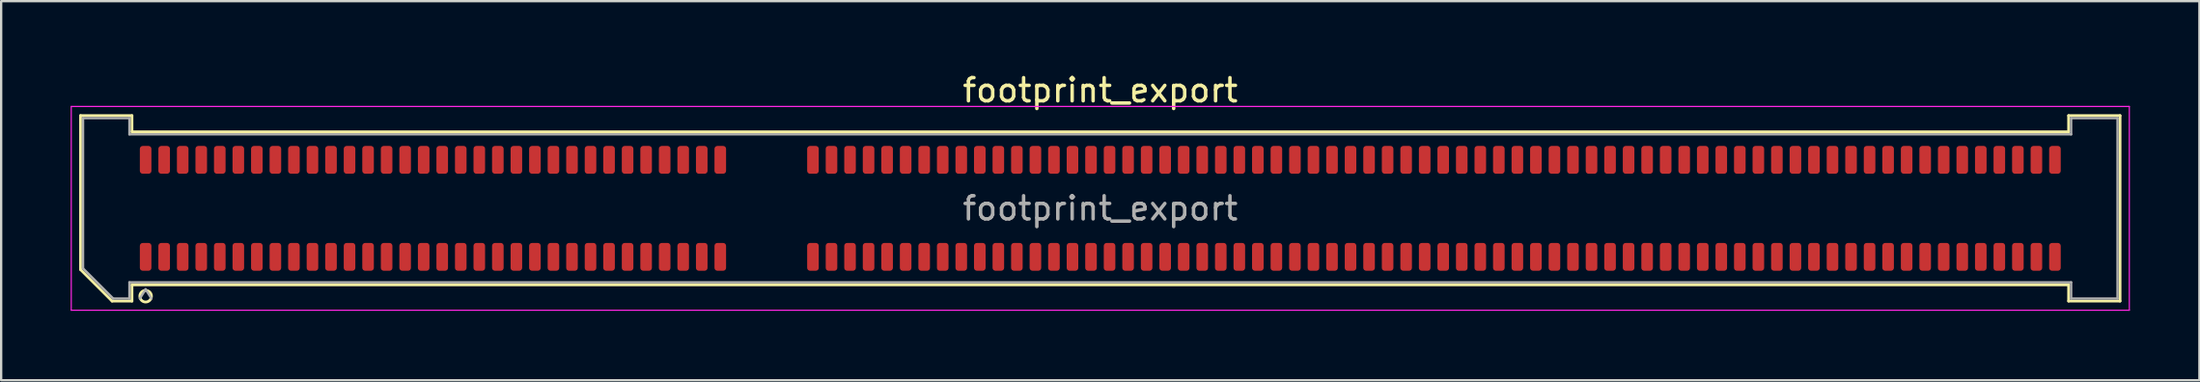
<source format=kicad_pcb>
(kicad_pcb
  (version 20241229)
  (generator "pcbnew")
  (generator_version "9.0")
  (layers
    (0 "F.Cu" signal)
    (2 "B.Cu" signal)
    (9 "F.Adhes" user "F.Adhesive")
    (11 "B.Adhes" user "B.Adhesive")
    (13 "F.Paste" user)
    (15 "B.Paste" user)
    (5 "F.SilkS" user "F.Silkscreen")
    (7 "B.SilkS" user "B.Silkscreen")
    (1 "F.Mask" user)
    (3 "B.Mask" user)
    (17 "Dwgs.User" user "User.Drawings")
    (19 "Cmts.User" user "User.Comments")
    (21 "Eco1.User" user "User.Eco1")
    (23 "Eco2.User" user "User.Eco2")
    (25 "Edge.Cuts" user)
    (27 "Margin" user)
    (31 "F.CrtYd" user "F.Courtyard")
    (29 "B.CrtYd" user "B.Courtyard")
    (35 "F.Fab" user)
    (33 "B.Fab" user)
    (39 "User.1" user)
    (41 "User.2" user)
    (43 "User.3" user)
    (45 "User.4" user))
  (footprint "footprint_export"
    (layer "F.Cu")
    (at 44.435 5.948)
    (property "Reference" "footprint_export" (at 0 -5.1 0) (layer "F.SilkS") (effects (font (size 1 1) (thickness 0.15))))
    (attr smd)
    (fp_line (start -44.01 -4.005) (end -41.79 -4.005) (stroke (width 0.12) (type solid)) (layer "F.SilkS"))
    (fp_line (start -44.01 2.641) (end -44.01 -4.005) (stroke (width 0.12) (type solid)) (layer "F.SilkS"))
    (fp_line (start -42.646 4.005) (end -44.01 2.641) (stroke (width 0.12) (type solid)) (layer "F.SilkS"))
    (fp_line (start -41.79 -4.005) (end -41.79 -3.305) (stroke (width 0.12) (type solid)) (layer "F.SilkS"))
    (fp_line (start -41.79 -3.305) (end 41.79 -3.305) (stroke (width 0.12) (type solid)) (layer "F.SilkS"))
    (fp_line (start -41.79 3.305) (end -41.79 4.005) (stroke (width 0.12) (type solid)) (layer "F.SilkS"))
    (fp_line (start -41.79 4.005) (end -42.646 4.005) (stroke (width 0.12) (type solid)) (layer "F.SilkS"))
    (fp_line (start 41.79 -4.005) (end 44.01 -4.005) (stroke (width 0.12) (type solid)) (layer "F.SilkS"))
    (fp_line (start 41.79 -3.305) (end 41.79 -4.005) (stroke (width 0.12) (type solid)) (layer "F.SilkS"))
    (fp_line (start 41.79 3.305) (end -41.79 3.305) (stroke (width 0.12) (type solid)) (layer "F.SilkS"))
    (fp_line (start 41.79 4.005) (end 41.79 3.305) (stroke (width 0.12) (type solid)) (layer "F.SilkS"))
    (fp_line (start 44.01 -4.005) (end 44.01 4.005) (stroke (width 0.12) (type solid)) (layer "F.SilkS"))
    (fp_line (start 44.01 4.005) (end 41.79 4.005) (stroke (width 0.12) (type solid)) (layer "F.SilkS"))
    (fp_arc (start -40.95 3.795) (mid -41.45 3.795) (end -40.95 3.795) (stroke (width 0.12) (type solid)) (layer "F.SilkS"))
    (fp_line (start -44.41 -4.4) (end -44.41 4.4) (stroke (width 0.05) (type solid)) (layer "F.CrtYd"))
    (fp_line (start -44.41 4.4) (end 44.41 4.4) (stroke (width 0.05) (type solid)) (layer "F.CrtYd"))
    (fp_line (start 44.41 -4.4) (end -44.41 -4.4) (stroke (width 0.05) (type solid)) (layer "F.CrtYd"))
    (fp_line (start 44.41 4.4) (end 44.41 -4.4) (stroke (width 0.05) (type solid)) (layer "F.CrtYd"))
    (fp_line (start -43.9 -3.895) (end -41.9 -3.895) (stroke (width 0.1) (type solid)) (layer "F.Fab"))
    (fp_line (start -43.9 2.595) (end -43.9 -3.895) (stroke (width 0.1) (type solid)) (layer "F.Fab"))
    (fp_line (start -42.6 3.895) (end -43.9 2.595) (stroke (width 0.1) (type solid)) (layer "F.Fab"))
    (fp_line (start -41.9 -3.895) (end -41.9 -3.195) (stroke (width 0.1) (type solid)) (layer "F.Fab"))
    (fp_line (start -41.9 -3.195) (end 41.9 -3.195) (stroke (width 0.1) (type solid)) (layer "F.Fab"))
    (fp_line (start -41.9 3.195) (end -41.9 3.895) (stroke (width 0.1) (type solid)) (layer "F.Fab"))
    (fp_line (start -41.9 3.895) (end -42.6 3.895) (stroke (width 0.1) (type solid)) (layer "F.Fab"))
    (fp_line (start -41.2 3.495) (end -41.45 3.895) (stroke (width 0.1) (type solid)) (layer "F.Fab"))
    (fp_line (start -41.2 3.495) (end -40.95 3.895) (stroke (width 0.1) (type solid)) (layer "F.Fab"))
    (fp_line (start 41.9 -3.895) (end 43.9 -3.895) (stroke (width 0.1) (type solid)) (layer "F.Fab"))
    (fp_line (start 41.9 -3.195) (end 41.9 -3.895) (stroke (width 0.1) (type solid)) (layer "F.Fab"))
    (fp_line (start 41.9 3.195) (end -41.9 3.195) (stroke (width 0.1) (type solid)) (layer "F.Fab"))
    (fp_line (start 41.9 3.895) (end 41.9 3.195) (stroke (width 0.1) (type solid)) (layer "F.Fab"))
    (fp_line (start 43.9 -3.895) (end 43.9 3.895) (stroke (width 0.1) (type solid)) (layer "F.Fab"))
    (fp_line (start 43.9 3.895) (end 41.9 3.895) (stroke (width 0.1) (type solid)) (layer "F.Fab"))
    (fp_text user "${REFERENCE}" (at 0 0 0) (layer "F.Fab") (effects (font (size 1 1) (thickness 0.15))))
    (pad "1" smd roundrect (at -41.2 2.095) (size 0.5 1.2) (layers "F.Cu" "F.Mask" "F.Paste") (roundrect_rratio 0.25))
    (pad "2" smd roundrect (at -41.2 -2.095) (size 0.5 1.2) (layers "F.Cu" "F.Mask" "F.Paste") (roundrect_rratio 0.25))
    (pad "3" smd roundrect (at -40.4 2.095) (size 0.5 1.2) (layers "F.Cu" "F.Mask" "F.Paste") (roundrect_rratio 0.25))
    (pad "4" smd roundrect (at -40.4 -2.095) (size 0.5 1.2) (layers "F.Cu" "F.Mask" "F.Paste") (roundrect_rratio 0.25))
    (pad "5" smd roundrect (at -39.6 2.095) (size 0.5 1.2) (layers "F.Cu" "F.Mask" "F.Paste") (roundrect_rratio 0.25))
    (pad "6" smd roundrect (at -39.6 -2.095) (size 0.5 1.2) (layers "F.Cu" "F.Mask" "F.Paste") (roundrect_rratio 0.25))
    (pad "7" smd roundrect (at -38.8 2.095) (size 0.5 1.2) (layers "F.Cu" "F.Mask" "F.Paste") (roundrect_rratio 0.25))
    (pad "8" smd roundrect (at -38.8 -2.095) (size 0.5 1.2) (layers "F.Cu" "F.Mask" "F.Paste") (roundrect_rratio 0.25))
    (pad "9" smd roundrect (at -38 2.095) (size 0.5 1.2) (layers "F.Cu" "F.Mask" "F.Paste") (roundrect_rratio 0.25))
    (pad "10" smd roundrect (at -38 -2.095) (size 0.5 1.2) (layers "F.Cu" "F.Mask" "F.Paste") (roundrect_rratio 0.25))
    (pad "11" smd roundrect (at -37.2 2.095) (size 0.5 1.2) (layers "F.Cu" "F.Mask" "F.Paste") (roundrect_rratio 0.25))
    (pad "12" smd roundrect (at -37.2 -2.095) (size 0.5 1.2) (layers "F.Cu" "F.Mask" "F.Paste") (roundrect_rratio 0.25))
    (pad "13" smd roundrect (at -36.4 2.095) (size 0.5 1.2) (layers "F.Cu" "F.Mask" "F.Paste") (roundrect_rratio 0.25))
    (pad "14" smd roundrect (at -36.4 -2.095) (size 0.5 1.2) (layers "F.Cu" "F.Mask" "F.Paste") (roundrect_rratio 0.25))
    (pad "15" smd roundrect (at -35.6 2.095) (size 0.5 1.2) (layers "F.Cu" "F.Mask" "F.Paste") (roundrect_rratio 0.25))
    (pad "16" smd roundrect (at -35.6 -2.095) (size 0.5 1.2) (layers "F.Cu" "F.Mask" "F.Paste") (roundrect_rratio 0.25))
    (pad "17" smd roundrect (at -34.8 2.095) (size 0.5 1.2) (layers "F.Cu" "F.Mask" "F.Paste") (roundrect_rratio 0.25))
    (pad "18" smd roundrect (at -34.8 -2.095) (size 0.5 1.2) (layers "F.Cu" "F.Mask" "F.Paste") (roundrect_rratio 0.25))
    (pad "19" smd roundrect (at -34 2.095) (size 0.5 1.2) (layers "F.Cu" "F.Mask" "F.Paste") (roundrect_rratio 0.25))
    (pad "20" smd roundrect (at -34 -2.095) (size 0.5 1.2) (layers "F.Cu" "F.Mask" "F.Paste") (roundrect_rratio 0.25))
    (pad "21" smd roundrect (at -33.2 2.095) (size 0.5 1.2) (layers "F.Cu" "F.Mask" "F.Paste") (roundrect_rratio 0.25))
    (pad "22" smd roundrect (at -33.2 -2.095) (size 0.5 1.2) (layers "F.Cu" "F.Mask" "F.Paste") (roundrect_rratio 0.25))
    (pad "23" smd roundrect (at -32.4 2.095) (size 0.5 1.2) (layers "F.Cu" "F.Mask" "F.Paste") (roundrect_rratio 0.25))
    (pad "24" smd roundrect (at -32.4 -2.095) (size 0.5 1.2) (layers "F.Cu" "F.Mask" "F.Paste") (roundrect_rratio 0.25))
    (pad "25" smd roundrect (at -31.6 2.095) (size 0.5 1.2) (layers "F.Cu" "F.Mask" "F.Paste") (roundrect_rratio 0.25))
    (pad "26" smd roundrect (at -31.6 -2.095) (size 0.5 1.2) (layers "F.Cu" "F.Mask" "F.Paste") (roundrect_rratio 0.25))
    (pad "27" smd roundrect (at -30.8 2.095) (size 0.5 1.2) (layers "F.Cu" "F.Mask" "F.Paste") (roundrect_rratio 0.25))
    (pad "28" smd roundrect (at -30.8 -2.095) (size 0.5 1.2) (layers "F.Cu" "F.Mask" "F.Paste") (roundrect_rratio 0.25))
    (pad "29" smd roundrect (at -30 2.095) (size 0.5 1.2) (layers "F.Cu" "F.Mask" "F.Paste") (roundrect_rratio 0.25))
    (pad "30" smd roundrect (at -30 -2.095) (size 0.5 1.2) (layers "F.Cu" "F.Mask" "F.Paste") (roundrect_rratio 0.25))
    (pad "31" smd roundrect (at -29.2 2.095) (size 0.5 1.2) (layers "F.Cu" "F.Mask" "F.Paste") (roundrect_rratio 0.25))
    (pad "32" smd roundrect (at -29.2 -2.095) (size 0.5 1.2) (layers "F.Cu" "F.Mask" "F.Paste") (roundrect_rratio 0.25))
    (pad "33" smd roundrect (at -28.4 2.095) (size 0.5 1.2) (layers "F.Cu" "F.Mask" "F.Paste") (roundrect_rratio 0.25))
    (pad "34" smd roundrect (at -28.4 -2.095) (size 0.5 1.2) (layers "F.Cu" "F.Mask" "F.Paste") (roundrect_rratio 0.25))
    (pad "35" smd roundrect (at -27.6 2.095) (size 0.5 1.2) (layers "F.Cu" "F.Mask" "F.Paste") (roundrect_rratio 0.25))
    (pad "36" smd roundrect (at -27.6 -2.095) (size 0.5 1.2) (layers "F.Cu" "F.Mask" "F.Paste") (roundrect_rratio 0.25))
    (pad "37" smd roundrect (at -26.8 2.095) (size 0.5 1.2) (layers "F.Cu" "F.Mask" "F.Paste") (roundrect_rratio 0.25))
    (pad "38" smd roundrect (at -26.8 -2.095) (size 0.5 1.2) (layers "F.Cu" "F.Mask" "F.Paste") (roundrect_rratio 0.25))
    (pad "39" smd roundrect (at -26 2.095) (size 0.5 1.2) (layers "F.Cu" "F.Mask" "F.Paste") (roundrect_rratio 0.25))
    (pad "40" smd roundrect (at -26 -2.095) (size 0.5 1.2) (layers "F.Cu" "F.Mask" "F.Paste") (roundrect_rratio 0.25))
    (pad "41" smd roundrect (at -25.2 2.095) (size 0.5 1.2) (layers "F.Cu" "F.Mask" "F.Paste") (roundrect_rratio 0.25))
    (pad "42" smd roundrect (at -25.2 -2.095) (size 0.5 1.2) (layers "F.Cu" "F.Mask" "F.Paste") (roundrect_rratio 0.25))
    (pad "43" smd roundrect (at -24.4 2.095) (size 0.5 1.2) (layers "F.Cu" "F.Mask" "F.Paste") (roundrect_rratio 0.25))
    (pad "44" smd roundrect (at -24.4 -2.095) (size 0.5 1.2) (layers "F.Cu" "F.Mask" "F.Paste") (roundrect_rratio 0.25))
    (pad "45" smd roundrect (at -23.6 2.095) (size 0.5 1.2) (layers "F.Cu" "F.Mask" "F.Paste") (roundrect_rratio 0.25))
    (pad "46" smd roundrect (at -23.6 -2.095) (size 0.5 1.2) (layers "F.Cu" "F.Mask" "F.Paste") (roundrect_rratio 0.25))
    (pad "47" smd roundrect (at -22.8 2.095) (size 0.5 1.2) (layers "F.Cu" "F.Mask" "F.Paste") (roundrect_rratio 0.25))
    (pad "48" smd roundrect (at -22.8 -2.095) (size 0.5 1.2) (layers "F.Cu" "F.Mask" "F.Paste") (roundrect_rratio 0.25))
    (pad "49" smd roundrect (at -22 2.095) (size 0.5 1.2) (layers "F.Cu" "F.Mask" "F.Paste") (roundrect_rratio 0.25))
    (pad "50" smd roundrect (at -22 -2.095) (size 0.5 1.2) (layers "F.Cu" "F.Mask" "F.Paste") (roundrect_rratio 0.25))
    (pad "51" smd roundrect (at -21.2 2.095) (size 0.5 1.2) (layers "F.Cu" "F.Mask" "F.Paste") (roundrect_rratio 0.25))
    (pad "52" smd roundrect (at -21.2 -2.095) (size 0.5 1.2) (layers "F.Cu" "F.Mask" "F.Paste") (roundrect_rratio 0.25))
    (pad "53" smd roundrect (at -20.4 2.095) (size 0.5 1.2) (layers "F.Cu" "F.Mask" "F.Paste") (roundrect_rratio 0.25))
    (pad "54" smd roundrect (at -20.4 -2.095) (size 0.5 1.2) (layers "F.Cu" "F.Mask" "F.Paste") (roundrect_rratio 0.25))
    (pad "55" smd roundrect (at -19.6 2.095) (size 0.5 1.2) (layers "F.Cu" "F.Mask" "F.Paste") (roundrect_rratio 0.25))
    (pad "56" smd roundrect (at -19.6 -2.095) (size 0.5 1.2) (layers "F.Cu" "F.Mask" "F.Paste") (roundrect_rratio 0.25))
    (pad "57" smd roundrect (at -18.8 2.095) (size 0.5 1.2) (layers "F.Cu" "F.Mask" "F.Paste") (roundrect_rratio 0.25))
    (pad "58" smd roundrect (at -18.8 -2.095) (size 0.5 1.2) (layers "F.Cu" "F.Mask" "F.Paste") (roundrect_rratio 0.25))
    (pad "59" smd roundrect (at -18 2.095) (size 0.5 1.2) (layers "F.Cu" "F.Mask" "F.Paste") (roundrect_rratio 0.25))
    (pad "60" smd roundrect (at -18 -2.095) (size 0.5 1.2) (layers "F.Cu" "F.Mask" "F.Paste") (roundrect_rratio 0.25))
    (pad "61" smd roundrect (at -17.2 2.095) (size 0.5 1.2) (layers "F.Cu" "F.Mask" "F.Paste") (roundrect_rratio 0.25))
    (pad "62" smd roundrect (at -17.2 -2.095) (size 0.5 1.2) (layers "F.Cu" "F.Mask" "F.Paste") (roundrect_rratio 0.25))
    (pad "63" smd roundrect (at -16.4 2.095) (size 0.5 1.2) (layers "F.Cu" "F.Mask" "F.Paste") (roundrect_rratio 0.25))
    (pad "64" smd roundrect (at -16.4 -2.095) (size 0.5 1.2) (layers "F.Cu" "F.Mask" "F.Paste") (roundrect_rratio 0.25))
    (pad "65" smd roundrect (at -12.4 2.095) (size 0.5 1.2) (layers "F.Cu" "F.Mask" "F.Paste") (roundrect_rratio 0.25))
    (pad "66" smd roundrect (at -12.4 -2.095) (size 0.5 1.2) (layers "F.Cu" "F.Mask" "F.Paste") (roundrect_rratio 0.25))
    (pad "67" smd roundrect (at -11.6 2.095) (size 0.5 1.2) (layers "F.Cu" "F.Mask" "F.Paste") (roundrect_rratio 0.25))
    (pad "68" smd roundrect (at -11.6 -2.095) (size 0.5 1.2) (layers "F.Cu" "F.Mask" "F.Paste") (roundrect_rratio 0.25))
    (pad "69" smd roundrect (at -10.8 2.095) (size 0.5 1.2) (layers "F.Cu" "F.Mask" "F.Paste") (roundrect_rratio 0.25))
    (pad "70" smd roundrect (at -10.8 -2.095) (size 0.5 1.2) (layers "F.Cu" "F.Mask" "F.Paste") (roundrect_rratio 0.25))
    (pad "71" smd roundrect (at -10 2.095) (size 0.5 1.2) (layers "F.Cu" "F.Mask" "F.Paste") (roundrect_rratio 0.25))
    (pad "72" smd roundrect (at -10 -2.095) (size 0.5 1.2) (layers "F.Cu" "F.Mask" "F.Paste") (roundrect_rratio 0.25))
    (pad "73" smd roundrect (at -9.2 2.095) (size 0.5 1.2) (layers "F.Cu" "F.Mask" "F.Paste") (roundrect_rratio 0.25))
    (pad "74" smd roundrect (at -9.2 -2.095) (size 0.5 1.2) (layers "F.Cu" "F.Mask" "F.Paste") (roundrect_rratio 0.25))
    (pad "75" smd roundrect (at -8.4 2.095) (size 0.5 1.2) (layers "F.Cu" "F.Mask" "F.Paste") (roundrect_rratio 0.25))
    (pad "76" smd roundrect (at -8.4 -2.095) (size 0.5 1.2) (layers "F.Cu" "F.Mask" "F.Paste") (roundrect_rratio 0.25))
    (pad "77" smd roundrect (at -7.6 2.095) (size 0.5 1.2) (layers "F.Cu" "F.Mask" "F.Paste") (roundrect_rratio 0.25))
    (pad "78" smd roundrect (at -7.6 -2.095) (size 0.5 1.2) (layers "F.Cu" "F.Mask" "F.Paste") (roundrect_rratio 0.25))
    (pad "79" smd roundrect (at -6.8 2.095) (size 0.5 1.2) (layers "F.Cu" "F.Mask" "F.Paste") (roundrect_rratio 0.25))
    (pad "80" smd roundrect (at -6.8 -2.095) (size 0.5 1.2) (layers "F.Cu" "F.Mask" "F.Paste") (roundrect_rratio 0.25))
    (pad "81" smd roundrect (at -6 2.095) (size 0.5 1.2) (layers "F.Cu" "F.Mask" "F.Paste") (roundrect_rratio 0.25))
    (pad "82" smd roundrect (at -6 -2.095) (size 0.5 1.2) (layers "F.Cu" "F.Mask" "F.Paste") (roundrect_rratio 0.25))
    (pad "83" smd roundrect (at -5.2 2.095) (size 0.5 1.2) (layers "F.Cu" "F.Mask" "F.Paste") (roundrect_rratio 0.25))
    (pad "84" smd roundrect (at -5.2 -2.095) (size 0.5 1.2) (layers "F.Cu" "F.Mask" "F.Paste") (roundrect_rratio 0.25))
    (pad "85" smd roundrect (at -4.4 2.095) (size 0.5 1.2) (layers "F.Cu" "F.Mask" "F.Paste") (roundrect_rratio 0.25))
    (pad "86" smd roundrect (at -4.4 -2.095) (size 0.5 1.2) (layers "F.Cu" "F.Mask" "F.Paste") (roundrect_rratio 0.25))
    (pad "87" smd roundrect (at -3.6 2.095) (size 0.5 1.2) (layers "F.Cu" "F.Mask" "F.Paste") (roundrect_rratio 0.25))
    (pad "88" smd roundrect (at -3.6 -2.095) (size 0.5 1.2) (layers "F.Cu" "F.Mask" "F.Paste") (roundrect_rratio 0.25))
    (pad "89" smd roundrect (at -2.8 2.095) (size 0.5 1.2) (layers "F.Cu" "F.Mask" "F.Paste") (roundrect_rratio 0.25))
    (pad "90" smd roundrect (at -2.8 -2.095) (size 0.5 1.2) (layers "F.Cu" "F.Mask" "F.Paste") (roundrect_rratio 0.25))
    (pad "91" smd roundrect (at -2 2.095) (size 0.5 1.2) (layers "F.Cu" "F.Mask" "F.Paste") (roundrect_rratio 0.25))
    (pad "92" smd roundrect (at -2 -2.095) (size 0.5 1.2) (layers "F.Cu" "F.Mask" "F.Paste") (roundrect_rratio 0.25))
    (pad "93" smd roundrect (at -1.2 2.095) (size 0.5 1.2) (layers "F.Cu" "F.Mask" "F.Paste") (roundrect_rratio 0.25))
    (pad "94" smd roundrect (at -1.2 -2.095) (size 0.5 1.2) (layers "F.Cu" "F.Mask" "F.Paste") (roundrect_rratio 0.25))
    (pad "95" smd roundrect (at -0.4 2.095) (size 0.5 1.2) (layers "F.Cu" "F.Mask" "F.Paste") (roundrect_rratio 0.25))
    (pad "96" smd roundrect (at -0.4 -2.095) (size 0.5 1.2) (layers "F.Cu" "F.Mask" "F.Paste") (roundrect_rratio 0.25))
    (pad "97" smd roundrect (at 0.4 2.095) (size 0.5 1.2) (layers "F.Cu" "F.Mask" "F.Paste") (roundrect_rratio 0.25))
    (pad "98" smd roundrect (at 0.4 -2.095) (size 0.5 1.2) (layers "F.Cu" "F.Mask" "F.Paste") (roundrect_rratio 0.25))
    (pad "99" smd roundrect (at 1.2 2.095) (size 0.5 1.2) (layers "F.Cu" "F.Mask" "F.Paste") (roundrect_rratio 0.25))
    (pad "100" smd roundrect (at 1.2 -2.095) (size 0.5 1.2) (layers "F.Cu" "F.Mask" "F.Paste") (roundrect_rratio 0.25))
    (pad "101" smd roundrect (at 2 2.095) (size 0.5 1.2) (layers "F.Cu" "F.Mask" "F.Paste") (roundrect_rratio 0.25))
    (pad "102" smd roundrect (at 2 -2.095) (size 0.5 1.2) (layers "F.Cu" "F.Mask" "F.Paste") (roundrect_rratio 0.25))
    (pad "103" smd roundrect (at 2.8 2.095) (size 0.5 1.2) (layers "F.Cu" "F.Mask" "F.Paste") (roundrect_rratio 0.25))
    (pad "104" smd roundrect (at 2.8 -2.095) (size 0.5 1.2) (layers "F.Cu" "F.Mask" "F.Paste") (roundrect_rratio 0.25))
    (pad "105" smd roundrect (at 3.6 2.095) (size 0.5 1.2) (layers "F.Cu" "F.Mask" "F.Paste") (roundrect_rratio 0.25))
    (pad "106" smd roundrect (at 3.6 -2.095) (size 0.5 1.2) (layers "F.Cu" "F.Mask" "F.Paste") (roundrect_rratio 0.25))
    (pad "107" smd roundrect (at 4.4 2.095) (size 0.5 1.2) (layers "F.Cu" "F.Mask" "F.Paste") (roundrect_rratio 0.25))
    (pad "108" smd roundrect (at 4.4 -2.095) (size 0.5 1.2) (layers "F.Cu" "F.Mask" "F.Paste") (roundrect_rratio 0.25))
    (pad "109" smd roundrect (at 5.2 2.095) (size 0.5 1.2) (layers "F.Cu" "F.Mask" "F.Paste") (roundrect_rratio 0.25))
    (pad "110" smd roundrect (at 5.2 -2.095) (size 0.5 1.2) (layers "F.Cu" "F.Mask" "F.Paste") (roundrect_rratio 0.25))
    (pad "111" smd roundrect (at 6 2.095) (size 0.5 1.2) (layers "F.Cu" "F.Mask" "F.Paste") (roundrect_rratio 0.25))
    (pad "112" smd roundrect (at 6 -2.095) (size 0.5 1.2) (layers "F.Cu" "F.Mask" "F.Paste") (roundrect_rratio 0.25))
    (pad "113" smd roundrect (at 6.8 2.095) (size 0.5 1.2) (layers "F.Cu" "F.Mask" "F.Paste") (roundrect_rratio 0.25))
    (pad "114" smd roundrect (at 6.8 -2.095) (size 0.5 1.2) (layers "F.Cu" "F.Mask" "F.Paste") (roundrect_rratio 0.25))
    (pad "115" smd roundrect (at 7.6 2.095) (size 0.5 1.2) (layers "F.Cu" "F.Mask" "F.Paste") (roundrect_rratio 0.25))
    (pad "116" smd roundrect (at 7.6 -2.095) (size 0.5 1.2) (layers "F.Cu" "F.Mask" "F.Paste") (roundrect_rratio 0.25))
    (pad "117" smd roundrect (at 8.4 2.095) (size 0.5 1.2) (layers "F.Cu" "F.Mask" "F.Paste") (roundrect_rratio 0.25))
    (pad "118" smd roundrect (at 8.4 -2.095) (size 0.5 1.2) (layers "F.Cu" "F.Mask" "F.Paste") (roundrect_rratio 0.25))
    (pad "119" smd roundrect (at 9.2 2.095) (size 0.5 1.2) (layers "F.Cu" "F.Mask" "F.Paste") (roundrect_rratio 0.25))
    (pad "120" smd roundrect (at 9.2 -2.095) (size 0.5 1.2) (layers "F.Cu" "F.Mask" "F.Paste") (roundrect_rratio 0.25))
    (pad "121" smd roundrect (at 10 2.095) (size 0.5 1.2) (layers "F.Cu" "F.Mask" "F.Paste") (roundrect_rratio 0.25))
    (pad "122" smd roundrect (at 10 -2.095) (size 0.5 1.2) (layers "F.Cu" "F.Mask" "F.Paste") (roundrect_rratio 0.25))
    (pad "123" smd roundrect (at 10.8 2.095) (size 0.5 1.2) (layers "F.Cu" "F.Mask" "F.Paste") (roundrect_rratio 0.25))
    (pad "124" smd roundrect (at 10.8 -2.095) (size 0.5 1.2) (layers "F.Cu" "F.Mask" "F.Paste") (roundrect_rratio 0.25))
    (pad "125" smd roundrect (at 11.6 2.095) (size 0.5 1.2) (layers "F.Cu" "F.Mask" "F.Paste") (roundrect_rratio 0.25))
    (pad "126" smd roundrect (at 11.6 -2.095) (size 0.5 1.2) (layers "F.Cu" "F.Mask" "F.Paste") (roundrect_rratio 0.25))
    (pad "127" smd roundrect (at 12.4 2.095) (size 0.5 1.2) (layers "F.Cu" "F.Mask" "F.Paste") (roundrect_rratio 0.25))
    (pad "128" smd roundrect (at 12.4 -2.095) (size 0.5 1.2) (layers "F.Cu" "F.Mask" "F.Paste") (roundrect_rratio 0.25))
    (pad "129" smd roundrect (at 13.2 2.095) (size 0.5 1.2) (layers "F.Cu" "F.Mask" "F.Paste") (roundrect_rratio 0.25))
    (pad "130" smd roundrect (at 13.2 -2.095) (size 0.5 1.2) (layers "F.Cu" "F.Mask" "F.Paste") (roundrect_rratio 0.25))
    (pad "131" smd roundrect (at 14 2.095) (size 0.5 1.2) (layers "F.Cu" "F.Mask" "F.Paste") (roundrect_rratio 0.25))
    (pad "132" smd roundrect (at 14 -2.095) (size 0.5 1.2) (layers "F.Cu" "F.Mask" "F.Paste") (roundrect_rratio 0.25))
    (pad "133" smd roundrect (at 14.8 2.095) (size 0.5 1.2) (layers "F.Cu" "F.Mask" "F.Paste") (roundrect_rratio 0.25))
    (pad "134" smd roundrect (at 14.8 -2.095) (size 0.5 1.2) (layers "F.Cu" "F.Mask" "F.Paste") (roundrect_rratio 0.25))
    (pad "135" smd roundrect (at 15.6 2.095) (size 0.5 1.2) (layers "F.Cu" "F.Mask" "F.Paste") (roundrect_rratio 0.25))
    (pad "136" smd roundrect (at 15.6 -2.095) (size 0.5 1.2) (layers "F.Cu" "F.Mask" "F.Paste") (roundrect_rratio 0.25))
    (pad "137" smd roundrect (at 16.4 2.095) (size 0.5 1.2) (layers "F.Cu" "F.Mask" "F.Paste") (roundrect_rratio 0.25))
    (pad "138" smd roundrect (at 16.4 -2.095) (size 0.5 1.2) (layers "F.Cu" "F.Mask" "F.Paste") (roundrect_rratio 0.25))
    (pad "139" smd roundrect (at 17.2 2.095) (size 0.5 1.2) (layers "F.Cu" "F.Mask" "F.Paste") (roundrect_rratio 0.25))
    (pad "140" smd roundrect (at 17.2 -2.095) (size 0.5 1.2) (layers "F.Cu" "F.Mask" "F.Paste") (roundrect_rratio 0.25))
    (pad "141" smd roundrect (at 18 2.095) (size 0.5 1.2) (layers "F.Cu" "F.Mask" "F.Paste") (roundrect_rratio 0.25))
    (pad "142" smd roundrect (at 18 -2.095) (size 0.5 1.2) (layers "F.Cu" "F.Mask" "F.Paste") (roundrect_rratio 0.25))
    (pad "143" smd roundrect (at 18.8 2.095) (size 0.5 1.2) (layers "F.Cu" "F.Mask" "F.Paste") (roundrect_rratio 0.25))
    (pad "144" smd roundrect (at 18.8 -2.095) (size 0.5 1.2) (layers "F.Cu" "F.Mask" "F.Paste") (roundrect_rratio 0.25))
    (pad "145" smd roundrect (at 19.6 2.095) (size 0.5 1.2) (layers "F.Cu" "F.Mask" "F.Paste") (roundrect_rratio 0.25))
    (pad "146" smd roundrect (at 19.6 -2.095) (size 0.5 1.2) (layers "F.Cu" "F.Mask" "F.Paste") (roundrect_rratio 0.25))
    (pad "147" smd roundrect (at 20.4 2.095) (size 0.5 1.2) (layers "F.Cu" "F.Mask" "F.Paste") (roundrect_rratio 0.25))
    (pad "148" smd roundrect (at 20.4 -2.095) (size 0.5 1.2) (layers "F.Cu" "F.Mask" "F.Paste") (roundrect_rratio 0.25))
    (pad "149" smd roundrect (at 21.2 2.095) (size 0.5 1.2) (layers "F.Cu" "F.Mask" "F.Paste") (roundrect_rratio 0.25))
    (pad "150" smd roundrect (at 21.2 -2.095) (size 0.5 1.2) (layers "F.Cu" "F.Mask" "F.Paste") (roundrect_rratio 0.25))
    (pad "151" smd roundrect (at 22 2.095) (size 0.5 1.2) (layers "F.Cu" "F.Mask" "F.Paste") (roundrect_rratio 0.25))
    (pad "152" smd roundrect (at 22 -2.095) (size 0.5 1.2) (layers "F.Cu" "F.Mask" "F.Paste") (roundrect_rratio 0.25))
    (pad "153" smd roundrect (at 22.8 2.095) (size 0.5 1.2) (layers "F.Cu" "F.Mask" "F.Paste") (roundrect_rratio 0.25))
    (pad "154" smd roundrect (at 22.8 -2.095) (size 0.5 1.2) (layers "F.Cu" "F.Mask" "F.Paste") (roundrect_rratio 0.25))
    (pad "155" smd roundrect (at 23.6 2.095) (size 0.5 1.2) (layers "F.Cu" "F.Mask" "F.Paste") (roundrect_rratio 0.25))
    (pad "156" smd roundrect (at 23.6 -2.095) (size 0.5 1.2) (layers "F.Cu" "F.Mask" "F.Paste") (roundrect_rratio 0.25))
    (pad "157" smd roundrect (at 24.4 2.095) (size 0.5 1.2) (layers "F.Cu" "F.Mask" "F.Paste") (roundrect_rratio 0.25))
    (pad "158" smd roundrect (at 24.4 -2.095) (size 0.5 1.2) (layers "F.Cu" "F.Mask" "F.Paste") (roundrect_rratio 0.25))
    (pad "159" smd roundrect (at 25.2 2.095) (size 0.5 1.2) (layers "F.Cu" "F.Mask" "F.Paste") (roundrect_rratio 0.25))
    (pad "160" smd roundrect (at 25.2 -2.095) (size 0.5 1.2) (layers "F.Cu" "F.Mask" "F.Paste") (roundrect_rratio 0.25))
    (pad "161" smd roundrect (at 26 2.095) (size 0.5 1.2) (layers "F.Cu" "F.Mask" "F.Paste") (roundrect_rratio 0.25))
    (pad "162" smd roundrect (at 26 -2.095) (size 0.5 1.2) (layers "F.Cu" "F.Mask" "F.Paste") (roundrect_rratio 0.25))
    (pad "163" smd roundrect (at 26.8 2.095) (size 0.5 1.2) (layers "F.Cu" "F.Mask" "F.Paste") (roundrect_rratio 0.25))
    (pad "164" smd roundrect (at 26.8 -2.095) (size 0.5 1.2) (layers "F.Cu" "F.Mask" "F.Paste") (roundrect_rratio 0.25))
    (pad "165" smd roundrect (at 27.6 2.095) (size 0.5 1.2) (layers "F.Cu" "F.Mask" "F.Paste") (roundrect_rratio 0.25))
    (pad "166" smd roundrect (at 27.6 -2.095) (size 0.5 1.2) (layers "F.Cu" "F.Mask" "F.Paste") (roundrect_rratio 0.25))
    (pad "167" smd roundrect (at 28.4 2.095) (size 0.5 1.2) (layers "F.Cu" "F.Mask" "F.Paste") (roundrect_rratio 0.25))
    (pad "168" smd roundrect (at 28.4 -2.095) (size 0.5 1.2) (layers "F.Cu" "F.Mask" "F.Paste") (roundrect_rratio 0.25))
    (pad "169" smd roundrect (at 29.2 2.095) (size 0.5 1.2) (layers "F.Cu" "F.Mask" "F.Paste") (roundrect_rratio 0.25))
    (pad "170" smd roundrect (at 29.2 -2.095) (size 0.5 1.2) (layers "F.Cu" "F.Mask" "F.Paste") (roundrect_rratio 0.25))
    (pad "171" smd roundrect (at 30 2.095) (size 0.5 1.2) (layers "F.Cu" "F.Mask" "F.Paste") (roundrect_rratio 0.25))
    (pad "172" smd roundrect (at 30 -2.095) (size 0.5 1.2) (layers "F.Cu" "F.Mask" "F.Paste") (roundrect_rratio 0.25))
    (pad "173" smd roundrect (at 30.8 2.095) (size 0.5 1.2) (layers "F.Cu" "F.Mask" "F.Paste") (roundrect_rratio 0.25))
    (pad "174" smd roundrect (at 30.8 -2.095) (size 0.5 1.2) (layers "F.Cu" "F.Mask" "F.Paste") (roundrect_rratio 0.25))
    (pad "175" smd roundrect (at 31.6 2.095) (size 0.5 1.2) (layers "F.Cu" "F.Mask" "F.Paste") (roundrect_rratio 0.25))
    (pad "176" smd roundrect (at 31.6 -2.095) (size 0.5 1.2) (layers "F.Cu" "F.Mask" "F.Paste") (roundrect_rratio 0.25))
    (pad "177" smd roundrect (at 32.4 2.095) (size 0.5 1.2) (layers "F.Cu" "F.Mask" "F.Paste") (roundrect_rratio 0.25))
    (pad "178" smd roundrect (at 32.4 -2.095) (size 0.5 1.2) (layers "F.Cu" "F.Mask" "F.Paste") (roundrect_rratio 0.25))
    (pad "179" smd roundrect (at 33.2 2.095) (size 0.5 1.2) (layers "F.Cu" "F.Mask" "F.Paste") (roundrect_rratio 0.25))
    (pad "180" smd roundrect (at 33.2 -2.095) (size 0.5 1.2) (layers "F.Cu" "F.Mask" "F.Paste") (roundrect_rratio 0.25))
    (pad "181" smd roundrect (at 34 2.095) (size 0.5 1.2) (layers "F.Cu" "F.Mask" "F.Paste") (roundrect_rratio 0.25))
    (pad "182" smd roundrect (at 34 -2.095) (size 0.5 1.2) (layers "F.Cu" "F.Mask" "F.Paste") (roundrect_rratio 0.25))
    (pad "183" smd roundrect (at 34.8 2.095) (size 0.5 1.2) (layers "F.Cu" "F.Mask" "F.Paste") (roundrect_rratio 0.25))
    (pad "184" smd roundrect (at 34.8 -2.095) (size 0.5 1.2) (layers "F.Cu" "F.Mask" "F.Paste") (roundrect_rratio 0.25))
    (pad "185" smd roundrect (at 35.6 2.095) (size 0.5 1.2) (layers "F.Cu" "F.Mask" "F.Paste") (roundrect_rratio 0.25))
    (pad "186" smd roundrect (at 35.6 -2.095) (size 0.5 1.2) (layers "F.Cu" "F.Mask" "F.Paste") (roundrect_rratio 0.25))
    (pad "187" smd roundrect (at 36.4 2.095) (size 0.5 1.2) (layers "F.Cu" "F.Mask" "F.Paste") (roundrect_rratio 0.25))
    (pad "188" smd roundrect (at 36.4 -2.095) (size 0.5 1.2) (layers "F.Cu" "F.Mask" "F.Paste") (roundrect_rratio 0.25))
    (pad "189" smd roundrect (at 37.2 2.095) (size 0.5 1.2) (layers "F.Cu" "F.Mask" "F.Paste") (roundrect_rratio 0.25))
    (pad "190" smd roundrect (at 37.2 -2.095) (size 0.5 1.2) (layers "F.Cu" "F.Mask" "F.Paste") (roundrect_rratio 0.25))
    (pad "191" smd roundrect (at 38 2.095) (size 0.5 1.2) (layers "F.Cu" "F.Mask" "F.Paste") (roundrect_rratio 0.25))
    (pad "192" smd roundrect (at 38 -2.095) (size 0.5 1.2) (layers "F.Cu" "F.Mask" "F.Paste") (roundrect_rratio 0.25))
    (pad "193" smd roundrect (at 38.8 2.095) (size 0.5 1.2) (layers "F.Cu" "F.Mask" "F.Paste") (roundrect_rratio 0.25))
    (pad "194" smd roundrect (at 38.8 -2.095) (size 0.5 1.2) (layers "F.Cu" "F.Mask" "F.Paste") (roundrect_rratio 0.25))
    (pad "195" smd roundrect (at 39.6 2.095) (size 0.5 1.2) (layers "F.Cu" "F.Mask" "F.Paste") (roundrect_rratio 0.25))
    (pad "196" smd roundrect (at 39.6 -2.095) (size 0.5 1.2) (layers "F.Cu" "F.Mask" "F.Paste") (roundrect_rratio 0.25))
    (pad "197" smd roundrect (at 40.4 2.095) (size 0.5 1.2) (layers "F.Cu" "F.Mask" "F.Paste") (roundrect_rratio 0.25))
    (pad "198" smd roundrect (at 40.4 -2.095) (size 0.5 1.2) (layers "F.Cu" "F.Mask" "F.Paste") (roundrect_rratio 0.25))
    (pad "199" smd roundrect (at 41.2 2.095) (size 0.5 1.2) (layers "F.Cu" "F.Mask" "F.Paste") (roundrect_rratio 0.25))
    (pad "200" smd roundrect (at 41.2 -2.095) (size 0.5 1.2) (layers "F.Cu" "F.Mask" "F.Paste") (roundrect_rratio 0.25)))
  (gr_rect
    (start -3 -3)
    (end 91.87 13.373)
    (stroke (width 0.1) (type default))
    (fill no)
    (layer "Edge.Cuts")))
</source>
